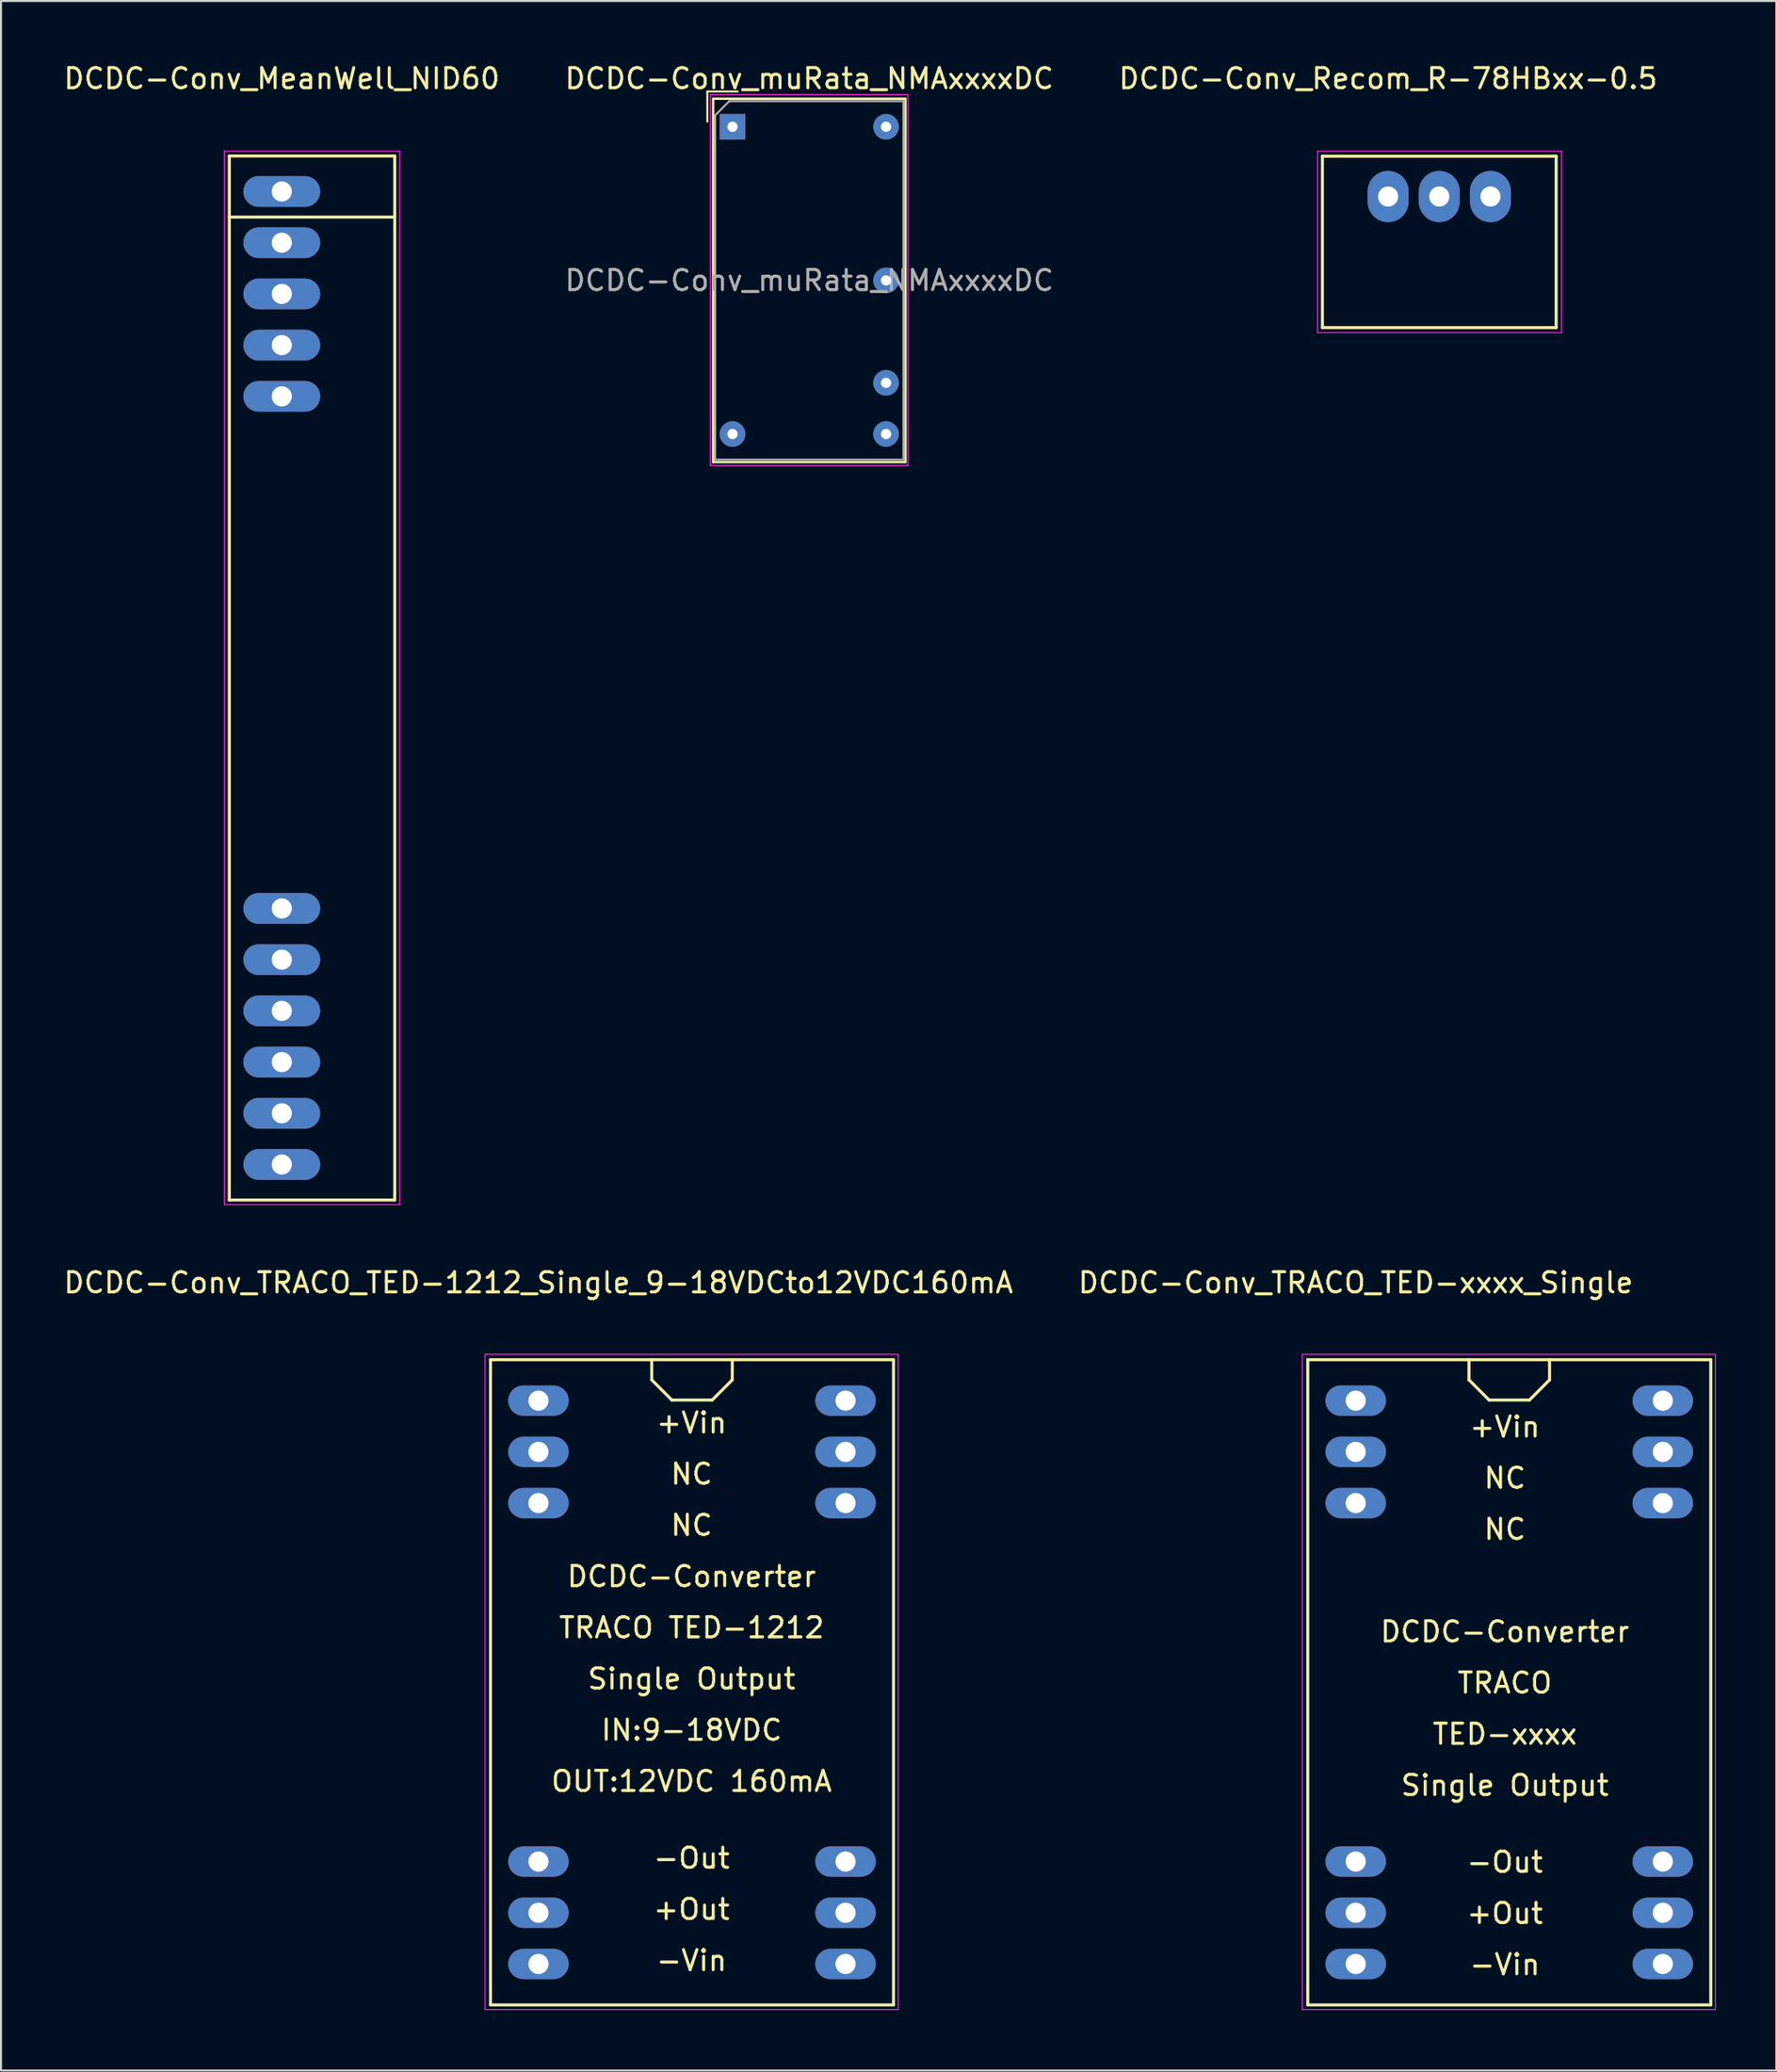
<source format=kicad_pcb>
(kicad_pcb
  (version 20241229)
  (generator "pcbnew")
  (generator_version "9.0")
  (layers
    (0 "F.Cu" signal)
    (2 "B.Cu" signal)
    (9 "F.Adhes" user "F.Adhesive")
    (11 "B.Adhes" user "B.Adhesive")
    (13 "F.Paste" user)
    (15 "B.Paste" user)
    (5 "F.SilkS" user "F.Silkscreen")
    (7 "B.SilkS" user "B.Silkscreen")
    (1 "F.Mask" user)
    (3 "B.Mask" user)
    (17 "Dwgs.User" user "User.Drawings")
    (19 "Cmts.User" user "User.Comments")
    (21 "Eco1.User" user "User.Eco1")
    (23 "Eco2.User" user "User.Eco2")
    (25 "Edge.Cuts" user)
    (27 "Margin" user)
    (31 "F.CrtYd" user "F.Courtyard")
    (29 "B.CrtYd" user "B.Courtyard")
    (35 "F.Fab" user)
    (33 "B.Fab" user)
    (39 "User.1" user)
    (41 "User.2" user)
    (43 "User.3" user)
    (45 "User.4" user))
  (footprint "DCDC-Conv_TRACO_TED-xxxx_Single"
    (layer "F.Cu")
    (at 64.232 66.421)
    (property "Reference" "DCDC-Conv_TRACO_TED-xxxx_Single" (at 0 -5.85 0) (layer "F.SilkS") (effects (font (size 1 1) (thickness 0.15))))
    (attr through_hole)
    (fp_line (start -2.38 -2.029) (end -2.38 29.97) (stroke (width 0.15) (type solid)) (layer "F.SilkS"))
    (fp_line (start -2.38 29.97) (end 17.62 29.97) (stroke (width 0.15) (type solid)) (layer "F.SilkS"))
    (fp_line (start 5.621 -2.029) (end 5.621 -1.031) (stroke (width 0.15) (type solid)) (layer "F.SilkS"))
    (fp_line (start 5.621 -1.031) (end 6.619 -0.03) (stroke (width 0.15) (type solid)) (layer "F.SilkS"))
    (fp_line (start 6.619 -0.03) (end 8.621 -0.03) (stroke (width 0.15) (type solid)) (layer "F.SilkS"))
    (fp_line (start 8.621 -0.03) (end 9.619 -1.031) (stroke (width 0.15) (type solid)) (layer "F.SilkS"))
    (fp_line (start 9.619 -1.031) (end 9.619 -2.029) (stroke (width 0.15) (type solid)) (layer "F.SilkS"))
    (fp_line (start 17.62 -2.029) (end -2.38 -2.029) (stroke (width 0.15) (type solid)) (layer "F.SilkS"))
    (fp_line (start 17.62 29.97) (end 17.62 -2.029) (stroke (width 0.15) (type solid)) (layer "F.SilkS"))
    (fp_line (start -2.65 -2.3) (end -2.65 30.2) (stroke (width 0.05) (type solid)) (layer "F.CrtYd"))
    (fp_line (start -2.65 -2.3) (end 17.85 -2.3) (stroke (width 0.05) (type solid)) (layer "F.CrtYd"))
    (fp_line (start -2.65 30.2) (end 17.85 30.2) (stroke (width 0.05) (type solid)) (layer "F.CrtYd"))
    (fp_line (start 17.85 -2.3) (end 17.85 30.2) (stroke (width 0.05) (type solid)) (layer "F.CrtYd"))
    (fp_text user "TRACO" (at 7.4 14 0) (layer "F.SilkS") (effects (font (size 1 1) (thickness 0.15))))
    (fp_text user "+Out" (at 7.4 25.43 0) (layer "F.SilkS") (effects (font (size 1 1) (thickness 0.15))))
    (fp_text user "NC" (at 7.4 6.38 0) (layer "F.SilkS") (effects (font (size 1 1) (thickness 0.15))))
    (fp_text user "+Vin" (at 7.4 1.3 0) (layer "F.SilkS") (effects (font (size 1 1) (thickness 0.15))))
    (fp_text user "Single Output" (at 7.4 19.08 0) (layer "F.SilkS") (effects (font (size 1 1) (thickness 0.15))))
    (fp_text user "TED-xxxx" (at 7.4 16.54 0) (layer "F.SilkS") (effects (font (size 1 1) (thickness 0.15))))
    (fp_text user "NC" (at 7.4 3.84 0) (layer "F.SilkS") (effects (font (size 1 1) (thickness 0.15))))
    (fp_text user "-Out" (at 7.4 22.89 0) (layer "F.SilkS") (effects (font (size 1 1) (thickness 0.15))))
    (fp_text user "DCDC-Converter" (at 7.4 11.46 0) (layer "F.SilkS") (effects (font (size 1 1) (thickness 0.15))))
    (fp_text user "-Vin" (at 7.4 27.97 0) (layer "F.SilkS") (effects (font (size 1 1) (thickness 0.15))))
    (pad "1" thru_hole oval (at 0 0) (size 3 1.501) (drill 1.001) (layers "*.Cu" "*.Mask"))
    (pad "2" thru_hole oval (at 0 2.54) (size 3 1.501) (drill 1.001) (layers "*.Cu" "*.Mask"))
    (pad "3" thru_hole oval (at 0 5.08) (size 3 1.501) (drill 1.001) (layers "*.Cu" "*.Mask"))
    (pad "10" thru_hole oval (at 0 22.86) (size 3 1.501) (drill 1.001) (layers "*.Cu" "*.Mask"))
    (pad "11" thru_hole oval (at 0 25.4) (size 3 1.501) (drill 1.001) (layers "*.Cu" "*.Mask"))
    (pad "12" thru_hole oval (at 0 27.94) (size 3 1.501) (drill 1.001) (layers "*.Cu" "*.Mask"))
    (pad "13" thru_hole oval (at 15.24 27.94) (size 3 1.501) (drill 1.001) (layers "*.Cu" "*.Mask"))
    (pad "14" thru_hole oval (at 15.24 25.4) (size 3 1.501) (drill 1.001) (layers "*.Cu" "*.Mask"))
    (pad "15" thru_hole oval (at 15.24 22.86) (size 3 1.501) (drill 1.001) (layers "*.Cu" "*.Mask"))
    (pad "22" thru_hole oval (at 15.24 5.08) (size 3 1.501) (drill 1.001) (layers "*.Cu" "*.Mask"))
    (pad "23" thru_hole oval (at 15.24 2.54) (size 3 1.501) (drill 1.001) (layers "*.Cu" "*.Mask"))
    (pad "24" thru_hole oval (at 15.24 0) (size 3 1.501) (drill 1.001) (layers "*.Cu" "*.Mask")))
  (footprint "DCDC-Conv_Recom_R-78HBxx-0.5"
    (layer "F.Cu")
    (at 65.839 6.698)
    (property "Reference" "DCDC-Conv_Recom_R-78HBxx-0.5" (at 0 -5.85 0) (layer "F.SilkS") (effects (font (size 1 1) (thickness 0.15))))
    (attr through_hole)
    (fp_line (start -3.26 -2) (end 8.34 -2) (stroke (width 0.15) (type solid)) (layer "F.SilkS"))
    (fp_line (start -3.26 6.5) (end -3.26 -2) (stroke (width 0.15) (type solid)) (layer "F.SilkS"))
    (fp_line (start 8.34 -2) (end 8.34 6.5) (stroke (width 0.15) (type solid)) (layer "F.SilkS"))
    (fp_line (start 8.34 6.5) (end -3.26 6.5) (stroke (width 0.15) (type solid)) (layer "F.SilkS"))
    (fp_line (start -3.5 -2.25) (end -3.5 6.75) (stroke (width 0.05) (type solid)) (layer "F.CrtYd"))
    (fp_line (start -3.5 -2.25) (end 8.6 -2.25) (stroke (width 0.05) (type solid)) (layer "F.CrtYd"))
    (fp_line (start -3.5 6.75) (end 8.6 6.75) (stroke (width 0.05) (type solid)) (layer "F.CrtYd"))
    (fp_line (start 8.6 -2.25) (end 8.6 6.75) (stroke (width 0.05) (type solid)) (layer "F.CrtYd"))
    (pad "1" thru_hole oval (at 0 0) (size 2.032 2.54) (drill 1) (layers "*.Cu" "*.Mask"))
    (pad "2" thru_hole oval (at 2.54 0) (size 2.032 2.54) (drill 1) (layers "*.Cu" "*.Mask"))
    (pad "3" thru_hole oval (at 5.08 0) (size 2.032 2.54) (drill 1) (layers "*.Cu" "*.Mask")))
  (footprint "DCDC-Conv_muRata_NMAxxxxDC"
    (layer "F.Cu")
    (at 33.303 3.238)
    (property "Reference" "DCDC-Conv_muRata_NMAxxxxDC" (at 3.81 -2.39 0) (layer "F.SilkS") (effects (font (size 1 1) (thickness 0.15))))
    (attr through_hole)
    (fp_line (start -1.25 -1.75) (end -1.25 -0.25) (stroke (width 0.1) (type solid)) (layer "F.SilkS"))
    (fp_line (start -0.96 -1.39) (end -0.96 16.63) (stroke (width 0.12) (type solid)) (layer "F.SilkS"))
    (fp_line (start -0.96 -1.39) (end 8.58 -1.39) (stroke (width 0.12) (type solid)) (layer "F.SilkS"))
    (fp_line (start -0.96 16.63) (end 8.58 16.63) (stroke (width 0.12) (type solid)) (layer "F.SilkS"))
    (fp_line (start 0.25 -1.75) (end -1.25 -1.75) (stroke (width 0.1) (type solid)) (layer "F.SilkS"))
    (fp_line (start 8.58 16.63) (end 8.58 -1.39) (stroke (width 0.12) (type solid)) (layer "F.SilkS"))
    (fp_line (start -1.1 -1.6) (end -1.1 16.8) (stroke (width 0.05) (type solid)) (layer "F.CrtYd"))
    (fp_line (start -1.1 16.8) (end 8.7 16.8) (stroke (width 0.05) (type solid)) (layer "F.CrtYd"))
    (fp_line (start 8.7 -1.6) (end -1.1 -1.6) (stroke (width 0.05) (type solid)) (layer "F.CrtYd"))
    (fp_line (start 8.7 16.8) (end 8.7 -1.6) (stroke (width 0.05) (type solid)) (layer "F.CrtYd"))
    (fp_line (start -0.86 16.51) (end -0.86 -0.57) (stroke (width 0.1) (type solid)) (layer "F.Fab"))
    (fp_line (start -0.16 -1.27) (end -0.86 -0.57) (stroke (width 0.1) (type solid)) (layer "F.Fab"))
    (fp_line (start -0.16 -1.27) (end 8.485 -1.27) (stroke (width 0.1) (type solid)) (layer "F.Fab"))
    (fp_line (start 8.485 -1.27) (end 8.485 16.51) (stroke (width 0.1) (type solid)) (layer "F.Fab"))
    (fp_line (start 8.485 16.51) (end -0.86 16.51) (stroke (width 0.1) (type solid)) (layer "F.Fab"))
    (fp_text user "${REFERENCE}" (at 3.81 7.62 0) (layer "F.Fab") (effects (font (size 1 1) (thickness 0.15))))
    (pad "1" thru_hole rect (at 0 0) (size 1.27 1.27) (drill 0.508) (layers "*.Cu" "*.Mask"))
    (pad "7" thru_hole oval (at 0 15.24) (size 1.27 1.27) (drill 0.508) (layers "*.Cu" "*.Mask"))
    (pad "8" thru_hole oval (at 7.62 15.24) (size 1.27 1.27) (drill 0.508) (layers "*.Cu" "*.Mask"))
    (pad "9" thru_hole oval (at 7.62 12.7) (size 1.27 1.27) (drill 0.508) (layers "*.Cu" "*.Mask"))
    (pad "11" thru_hole oval (at 7.62 7.62) (size 1.27 1.27) (drill 0.508) (layers "*.Cu" "*.Mask"))
    (pad "14" thru_hole oval (at 7.62 0) (size 1.27 1.27) (drill 0.508) (layers "*.Cu" "*.Mask")))
  (footprint "DCDC-Conv_TRACO_TED-1212_Single_9-18VDCto12VDC160mA"
    (layer "F.Cu")
    (at 23.673 66.421)
    (property "Reference" "DCDC-Conv_TRACO_TED-1212_Single_9-18VDCto12VDC160mA" (at 0 -5.85 0) (layer "F.SilkS") (effects (font (size 1 1) (thickness 0.15))))
    (attr through_hole)
    (fp_line (start -2.38 -2.029) (end -2.38 29.97) (stroke (width 0.15) (type solid)) (layer "F.SilkS"))
    (fp_line (start -2.38 29.97) (end 17.62 29.97) (stroke (width 0.15) (type solid)) (layer "F.SilkS"))
    (fp_line (start 5.621 -2.029) (end 5.621 -1.031) (stroke (width 0.15) (type solid)) (layer "F.SilkS"))
    (fp_line (start 5.621 -1.031) (end 6.619 -0.03) (stroke (width 0.15) (type solid)) (layer "F.SilkS"))
    (fp_line (start 6.619 -0.03) (end 8.621 -0.03) (stroke (width 0.15) (type solid)) (layer "F.SilkS"))
    (fp_line (start 8.621 -0.03) (end 9.619 -1.031) (stroke (width 0.15) (type solid)) (layer "F.SilkS"))
    (fp_line (start 9.619 -1.031) (end 9.619 -2.029) (stroke (width 0.15) (type solid)) (layer "F.SilkS"))
    (fp_line (start 17.62 -2.029) (end -2.38 -2.029) (stroke (width 0.15) (type solid)) (layer "F.SilkS"))
    (fp_line (start 17.62 29.97) (end 17.62 -2.029) (stroke (width 0.15) (type solid)) (layer "F.SilkS"))
    (fp_line (start -2.65 -2.3) (end -2.65 30.2) (stroke (width 0.05) (type solid)) (layer "F.CrtYd"))
    (fp_line (start -2.65 -2.3) (end 17.85 -2.3) (stroke (width 0.05) (type solid)) (layer "F.CrtYd"))
    (fp_line (start -2.65 30.2) (end 17.85 30.2) (stroke (width 0.05) (type solid)) (layer "F.CrtYd"))
    (fp_line (start 17.85 -2.3) (end 17.85 30.2) (stroke (width 0.05) (type solid)) (layer "F.CrtYd"))
    (fp_text user "NC" (at 7.6 6.18 0) (layer "F.SilkS") (effects (font (size 1 1) (thickness 0.15))))
    (fp_text user "-Vin" (at 7.6 27.77 0) (layer "F.SilkS") (effects (font (size 1 1) (thickness 0.15))))
    (fp_text user "TRACO TED-1212" (at 7.6 11.26 0) (layer "F.SilkS") (effects (font (size 1 1) (thickness 0.15))))
    (fp_text user "OUT:12VDC 160mA" (at 7.6 18.88 0) (layer "F.SilkS") (effects (font (size 1 1) (thickness 0.15))))
    (fp_text user "+Vin" (at 7.6 1.1 0) (layer "F.SilkS") (effects (font (size 1 1) (thickness 0.15))))
    (fp_text user "-Out" (at 7.6 22.69 0) (layer "F.SilkS") (effects (font (size 1 1) (thickness 0.15))))
    (fp_text user "IN:9-18VDC" (at 7.6 16.34 0) (layer "F.SilkS") (effects (font (size 1 1) (thickness 0.15))))
    (fp_text user "NC" (at 7.6 3.64 0) (layer "F.SilkS") (effects (font (size 1 1) (thickness 0.15))))
    (fp_text user "Single Output" (at 7.6 13.8 0) (layer "F.SilkS") (effects (font (size 1 1) (thickness 0.15))))
    (fp_text user "+Out" (at 7.6 25.23 0) (layer "F.SilkS") (effects (font (size 1 1) (thickness 0.15))))
    (fp_text user "DCDC-Converter" (at 7.6 8.72 0) (layer "F.SilkS") (effects (font (size 1 1) (thickness 0.15))))
    (pad "1" thru_hole oval (at 0 0) (size 3 1.501) (drill 1.001) (layers "*.Cu" "*.Mask"))
    (pad "2" thru_hole oval (at 0 2.54) (size 3 1.501) (drill 1.001) (layers "*.Cu" "*.Mask"))
    (pad "3" thru_hole oval (at 0 5.08) (size 3 1.501) (drill 1.001) (layers "*.Cu" "*.Mask"))
    (pad "10" thru_hole oval (at 0 22.86) (size 3 1.501) (drill 1.001) (layers "*.Cu" "*.Mask"))
    (pad "11" thru_hole oval (at 0 25.4) (size 3 1.501) (drill 1.001) (layers "*.Cu" "*.Mask"))
    (pad "12" thru_hole oval (at 0 27.94) (size 3 1.501) (drill 1.001) (layers "*.Cu" "*.Mask"))
    (pad "13" thru_hole oval (at 15.24 27.94) (size 3 1.501) (drill 1.001) (layers "*.Cu" "*.Mask"))
    (pad "14" thru_hole oval (at 15.24 25.4) (size 3 1.501) (drill 1.001) (layers "*.Cu" "*.Mask"))
    (pad "15" thru_hole oval (at 15.24 22.86) (size 3 1.501) (drill 1.001) (layers "*.Cu" "*.Mask"))
    (pad "22" thru_hole oval (at 15.24 5.08) (size 3 1.501) (drill 1.001) (layers "*.Cu" "*.Mask"))
    (pad "23" thru_hole oval (at 15.24 2.54) (size 3 1.501) (drill 1.001) (layers "*.Cu" "*.Mask"))
    (pad "24" thru_hole oval (at 15.24 0) (size 3 1.501) (drill 1.001) (layers "*.Cu" "*.Mask")))
  (footprint "DCDC-Conv_MeanWell_NID60"
    (layer "F.Cu")
    (at 10.935 6.448)
    (property "Reference" "DCDC-Conv_MeanWell_NID60" (at 0 -5.6 0) (layer "F.SilkS") (effects (font (size 1 1) (thickness 0.15))))
    (attr through_hole)
    (fp_line (start -2.605 -1.762) (end 5.6 -1.762) (stroke (width 0.15) (type solid)) (layer "F.SilkS"))
    (fp_line (start -2.605 1.27) (end 5.6 1.27) (stroke (width 0.15) (type solid)) (layer "F.SilkS"))
    (fp_line (start -2.605 50.022) (end -2.605 -1.762) (stroke (width 0.15) (type solid)) (layer "F.SilkS"))
    (fp_line (start 5.6 50.022) (end -2.605 50.022) (stroke (width 0.15) (type solid)) (layer "F.SilkS"))
    (fp_line (start 5.605 -1.762) (end 5.605 50.022) (stroke (width 0.15) (type solid)) (layer "F.SilkS"))
    (fp_line (start -2.85 -2) (end -2.85 50.25) (stroke (width 0.05) (type solid)) (layer "F.CrtYd"))
    (fp_line (start -2.85 -2) (end 5.85 -2) (stroke (width 0.05) (type solid)) (layer "F.CrtYd"))
    (fp_line (start -2.85 50.25) (end 5.85 50.25) (stroke (width 0.05) (type solid)) (layer "F.CrtYd"))
    (fp_line (start 5.85 -2) (end 5.85 50.25) (stroke (width 0.05) (type solid)) (layer "F.CrtYd"))
    (pad "1" thru_hole oval (at 0 0) (size 3.81 1.524) (drill 1) (layers "*.Cu" "*.Mask"))
    (pad "2" thru_hole oval (at 0 2.54) (size 3.81 1.524) (drill 1) (layers "*.Cu" "*.Mask"))
    (pad "3" thru_hole oval (at 0 5.08) (size 3.81 1.524) (drill 1) (layers "*.Cu" "*.Mask"))
    (pad "4" thru_hole oval (at 0 7.62) (size 3.81 1.524) (drill 1) (layers "*.Cu" "*.Mask"))
    (pad "5" thru_hole oval (at 0 10.16) (size 3.81 1.524) (drill 1) (layers "*.Cu" "*.Mask"))
    (pad "6" thru_hole oval (at 0 35.56) (size 3.81 1.524) (drill 1) (layers "*.Cu" "*.Mask"))
    (pad "7" thru_hole oval (at 0 38.1) (size 3.81 1.524) (drill 1) (layers "*.Cu" "*.Mask"))
    (pad "8" thru_hole oval (at 0 40.64) (size 3.81 1.524) (drill 1) (layers "*.Cu" "*.Mask"))
    (pad "9" thru_hole oval (at 0 43.18) (size 3.81 1.524) (drill 1) (layers "*.Cu" "*.Mask"))
    (pad "10" thru_hole oval (at 0 45.72) (size 3.81 1.524) (drill 1) (layers "*.Cu" "*.Mask"))
    (pad "11" thru_hole oval (at 0 48.26) (size 3.81 1.524) (drill 1) (layers "*.Cu" "*.Mask")))
  (gr_rect
    (start -3 -3)
    (end 85.107 99.647)
    (stroke (width 0.1) (type default))
    (fill no)
    (layer "Edge.Cuts")))
</source>
